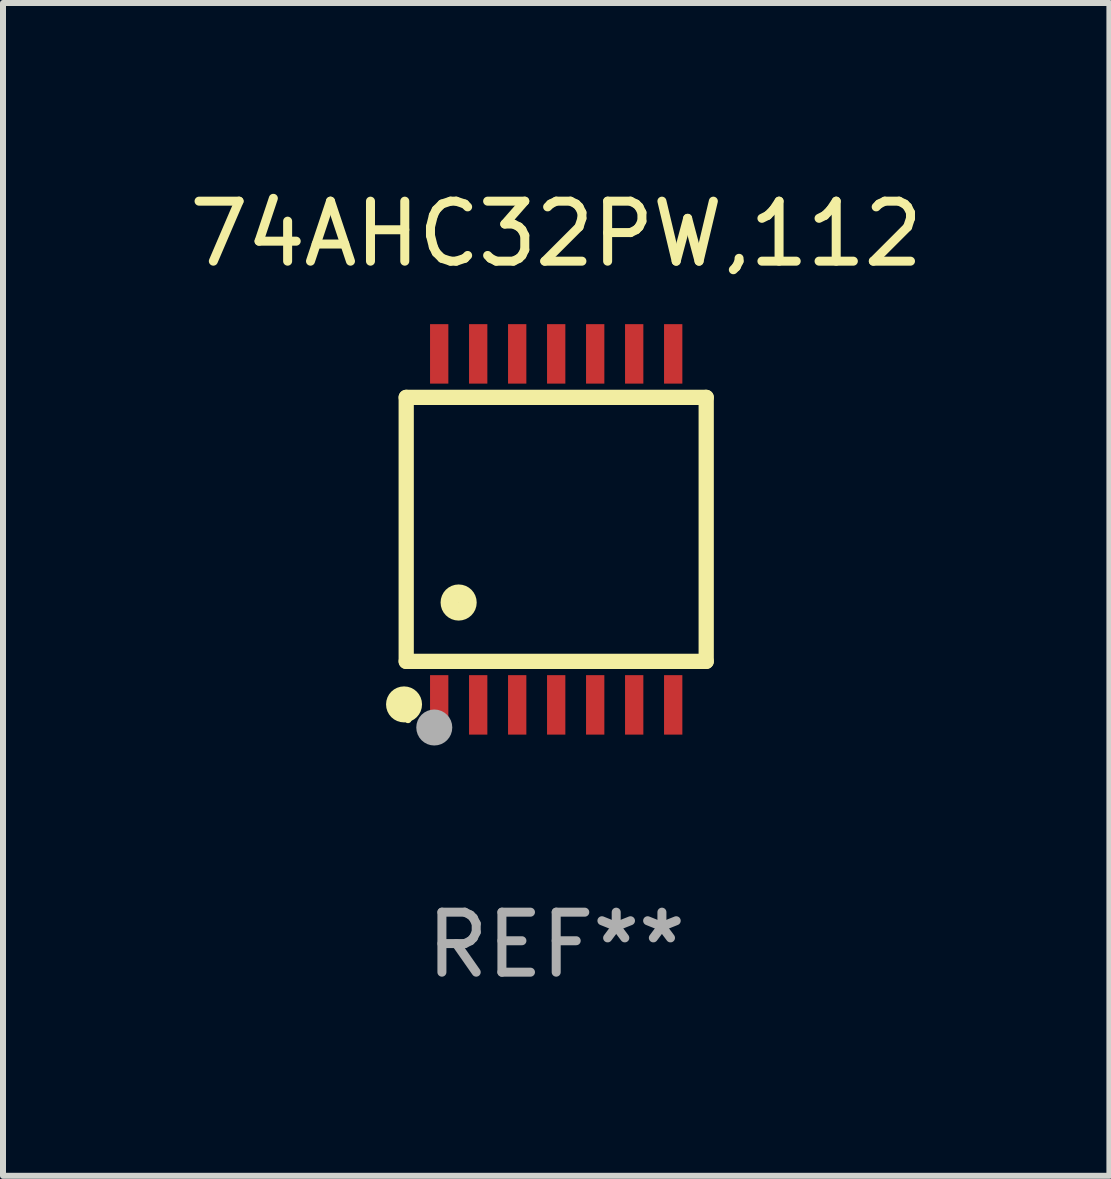
<source format=kicad_pcb>
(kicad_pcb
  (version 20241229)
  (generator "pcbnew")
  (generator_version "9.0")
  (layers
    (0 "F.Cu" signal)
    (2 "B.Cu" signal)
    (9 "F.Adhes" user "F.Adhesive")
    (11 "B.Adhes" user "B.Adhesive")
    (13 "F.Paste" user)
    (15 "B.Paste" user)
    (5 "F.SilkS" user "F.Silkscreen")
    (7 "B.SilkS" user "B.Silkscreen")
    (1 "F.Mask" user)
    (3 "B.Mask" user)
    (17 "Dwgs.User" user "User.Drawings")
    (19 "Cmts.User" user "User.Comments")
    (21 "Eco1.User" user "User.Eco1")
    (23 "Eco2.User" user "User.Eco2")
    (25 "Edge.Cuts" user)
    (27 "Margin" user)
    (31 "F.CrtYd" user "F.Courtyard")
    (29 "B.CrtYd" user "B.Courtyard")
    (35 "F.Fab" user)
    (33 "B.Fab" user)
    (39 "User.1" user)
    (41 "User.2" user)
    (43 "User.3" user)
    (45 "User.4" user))
  (footprint "74AHC32PW,112"
    (layer "F.Cu")
    (at 6.22 5.773)
    (property "Reference" "74AHC32PW,112" (at 0 -4.925 0) (layer "F.SilkS") (effects (font (size 1 1) (thickness 0.15))))
    (attr through_hole)
    (fp_line (start -2.5 2.2) (end -2.5 -2.2) (stroke (width 0.254) (type solid)) (layer "F.SilkS"))
    (fp_line (start -2.5 2.2) (end 2.5 2.2) (stroke (width 0.254) (type solid)) (layer "F.SilkS"))
    (fp_line (start 2.5 -2.2) (end -2.5 -2.2) (stroke (width 0.254) (type solid)) (layer "F.SilkS"))
    (fp_line (start 2.5 -2.2) (end 2.5 2.2) (stroke (width 0.254) (type solid)) (layer "F.SilkS"))
    (fp_circle (center -2.536 2.917) (end -2.386 2.917) (stroke (width 0.3) (type solid)) (fill no) (layer "F.SilkS"))
    (fp_circle (center -2.47 3.17) (end -2.44 3.17) (stroke (width 0.06) (type solid)) (fill no) (layer "F.SilkS"))
    (fp_circle (center -1.626 1.219) (end -1.475 1.219) (stroke (width 0.3) (type solid)) (fill no) (layer "F.SilkS"))
    (fp_circle (center -2.032 3.302) (end -1.882 3.302) (stroke (width 0.3) (type solid)) (fill no) (layer "F.Fab"))
    (fp_text user "REF**" (at 0 6.925 0) (layer "F.Fab") (effects (font (size 1 1) (thickness 0.15))))
    (pad "1" smd rect (at -1.95 2.925) (size 0.305 0.991) (layers "F.Cu" "F.Mask" "F.Paste"))
    (pad "2" smd rect (at -1.3 2.925) (size 0.305 0.991) (layers "F.Cu" "F.Mask" "F.Paste"))
    (pad "3" smd rect (at -0.65 2.925) (size 0.305 0.991) (layers "F.Cu" "F.Mask" "F.Paste"))
    (pad "4" smd rect (at 0 2.925) (size 0.305 0.991) (layers "F.Cu" "F.Mask" "F.Paste"))
    (pad "5" smd rect (at 0.65 2.925) (size 0.305 0.991) (layers "F.Cu" "F.Mask" "F.Paste"))
    (pad "6" smd rect (at 1.3 2.925) (size 0.305 0.991) (layers "F.Cu" "F.Mask" "F.Paste"))
    (pad "7" smd rect (at 1.95 2.925) (size 0.305 0.991) (layers "F.Cu" "F.Mask" "F.Paste"))
    (pad "8" smd rect (at 1.95 -2.925) (size 0.305 0.991) (layers "F.Cu" "F.Mask" "F.Paste"))
    (pad "9" smd rect (at 1.3 -2.925) (size 0.305 0.991) (layers "F.Cu" "F.Mask" "F.Paste"))
    (pad "10" smd rect (at 0.65 -2.925) (size 0.305 0.991) (layers "F.Cu" "F.Mask" "F.Paste"))
    (pad "11" smd rect (at 0 -2.925) (size 0.305 0.991) (layers "F.Cu" "F.Mask" "F.Paste"))
    (pad "12" smd rect (at -0.65 -2.925) (size 0.305 0.991) (layers "F.Cu" "F.Mask" "F.Paste"))
    (pad "13" smd rect (at -1.3 -2.925) (size 0.305 0.991) (layers "F.Cu" "F.Mask" "F.Paste"))
    (pad "14" smd rect (at -1.95 -2.925) (size 0.305 0.991) (layers "F.Cu" "F.Mask" "F.Paste")))
  (gr_rect
    (start -3 -3)
    (end 15.44 16.547)
    (stroke (width 0.1) (type default))
    (fill no)
    (layer "Edge.Cuts")))
</source>
